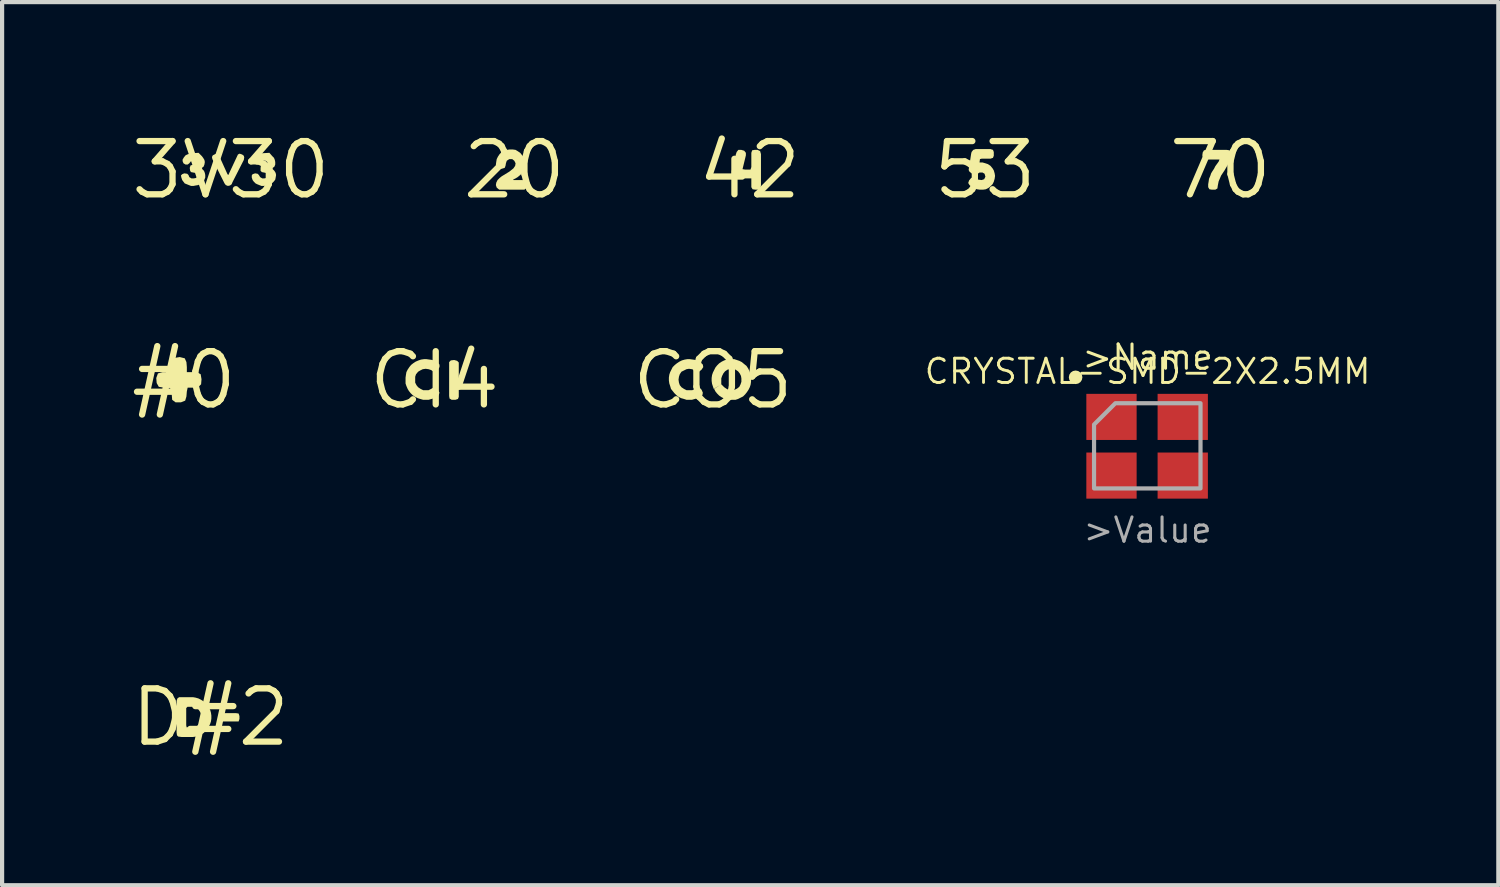
<source format=kicad_pcb>
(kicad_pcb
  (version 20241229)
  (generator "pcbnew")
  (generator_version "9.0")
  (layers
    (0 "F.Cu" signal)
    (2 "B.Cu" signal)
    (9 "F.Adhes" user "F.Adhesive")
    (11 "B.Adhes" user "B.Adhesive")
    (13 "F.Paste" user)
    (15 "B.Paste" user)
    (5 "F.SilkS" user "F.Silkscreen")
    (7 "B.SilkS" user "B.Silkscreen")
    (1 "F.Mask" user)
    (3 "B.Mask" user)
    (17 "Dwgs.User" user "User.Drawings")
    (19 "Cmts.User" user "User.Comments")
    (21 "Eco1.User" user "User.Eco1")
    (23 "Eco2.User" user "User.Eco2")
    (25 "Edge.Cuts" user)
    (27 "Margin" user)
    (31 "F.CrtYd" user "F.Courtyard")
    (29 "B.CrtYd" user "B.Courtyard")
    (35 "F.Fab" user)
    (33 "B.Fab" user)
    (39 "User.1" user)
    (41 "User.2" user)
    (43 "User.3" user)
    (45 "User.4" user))
  (footprint "3V30"
    (layer "F.Cu")
    (at 2.457 1.006)
    (property "Reference" "3V30" (at 0 0 0) (layer "F.SilkS") (effects (font (size 1.27 1.27) (thickness 0.15))))
    (attr through_hole)
    (fp_poly (pts (xy 0.27 -0.37) (xy 0.21 -0.39) (xy 0.17 -0.37) (xy -0.06 0.12) (xy -0.08 0.1) (xy -0.27 -0.32) (xy -0.29 -0.35) (xy -0.32 -0.39) (xy -0.37 -0.38) (xy -0.43 -0.35) (xy -0.45 -0.31) (xy -0.44 -0.26) (xy -0.15 0.32) (xy -0.12 0.36) (xy -0.07 0.38) (xy -0.02 0.37) (xy 0.02 0.34) (xy 0.04 0.29) (xy 0.31 -0.24) (xy 0.32 -0.3) (xy 0.31 -0.34)) (stroke (width 0) (type solid)) (fill yes) (layer "F.SilkS"))
    (fp_poly (pts (xy -0.77 -0.41) (xy -0.93 -0.4) (xy -0.98 -0.39) (xy -1.04 -0.37) (xy -1.08 -0.35) (xy -1.12 -0.3) (xy -1.15 -0.25) (xy -1.15 -0.21) (xy -1.13 -0.16) (xy -1.08 -0.13) (xy -1.03 -0.13) (xy -0.99 -0.16) (xy -0.96 -0.2) (xy -0.91 -0.23) (xy -0.85 -0.22) (xy -0.81 -0.19) (xy -0.81 -0.15) (xy -0.86 -0.13) (xy -0.92 -0.12) (xy -0.96 -0.11) (xy -0.98 -0.05) (xy -0.97 0.02) (xy -0.95 0.05) (xy -0.9 0.06) (xy -0.84 0.07) (xy -0.8 0.1) (xy -0.79 0.15) (xy -0.83 0.19) (xy -0.88 0.2) (xy -0.94 0.2) (xy -0.99 0.17) (xy -1.01 0.12) (xy -1.04 0.09) (xy -1.11 0.08) (xy -1.16 0.1) (xy -1.19 0.13) (xy -1.18 0.18) (xy -1.16 0.24) (xy -1.13 0.28) (xy -1.1 0.32) (xy -1.05 0.34) (xy -1 0.36) (xy -0.95 0.38) (xy -0.89 0.38) (xy -0.84 0.37) (xy -0.78 0.36) (xy -0.74 0.34) (xy -0.69 0.31) (xy -0.65 0.27) (xy -0.63 0.23) (xy -0.61 0.18) (xy -0.61 0.12) (xy -0.62 0.07) (xy -0.64 0.02) (xy -0.68 -0.02) (xy -0.69 -0.05) (xy -0.65 -0.08) (xy -0.63 -0.13) (xy -0.62 -0.19) (xy -0.63 -0.24) (xy -0.66 -0.29) (xy -0.69 -0.33)) (stroke (width 0) (type solid)) (fill yes) (layer "F.SilkS"))
    (fp_poly (pts (xy 0.92 -0.41) (xy 0.75 -0.4) (xy 0.7 -0.39) (xy 0.65 -0.37) (xy 0.61 -0.35) (xy 0.57 -0.3) (xy 0.54 -0.25) (xy 0.53 -0.21) (xy 0.55 -0.16) (xy 0.61 -0.13) (xy 0.65 -0.13) (xy 0.69 -0.16) (xy 0.72 -0.2) (xy 0.77 -0.23) (xy 0.83 -0.22) (xy 0.87 -0.19) (xy 0.87 -0.15) (xy 0.83 -0.13) (xy 0.76 -0.12) (xy 0.72 -0.11) (xy 0.71 -0.05) (xy 0.71 0.02) (xy 0.74 0.05) (xy 0.79 0.06) (xy 0.84 0.07) (xy 0.89 0.1) (xy 0.89 0.15) (xy 0.85 0.19) (xy 0.8 0.2) (xy 0.75 0.2) (xy 0.7 0.17) (xy 0.67 0.12) (xy 0.64 0.09) (xy 0.58 0.08) (xy 0.52 0.1) (xy 0.5 0.13) (xy 0.5 0.18) (xy 0.52 0.24) (xy 0.55 0.28) (xy 0.59 0.32) (xy 0.63 0.34) (xy 0.68 0.36) (xy 0.73 0.38) (xy 0.79 0.38) (xy 0.85 0.37) (xy 0.9 0.36) (xy 0.95 0.34) (xy 0.99 0.31) (xy 1.03 0.27) (xy 1.06 0.23) (xy 1.07 0.18) (xy 1.08 0.12) (xy 1.07 0.07) (xy 1.04 0.02) (xy 1 -0.02) (xy 1 -0.05) (xy 1.04 -0.08) (xy 1.06 -0.13) (xy 1.06 -0.19) (xy 1.05 -0.24) (xy 1.03 -0.29) (xy 0.99 -0.33)) (stroke (width 0) (type solid)) (fill yes) (layer "F.SilkS")))
  (footprint "D#2"
    (layer "F.Cu")
    (at 1.973 14.064)
    (property "Reference" "D#2" (at 0 0 0) (layer "F.SilkS") (effects (font (size 1.27 1.27) (thickness 0.15))))
    (attr through_hole)
    (fp_poly (pts (xy 0.6 0.1) (xy 0.67 0.1) (xy 0.69 0.04) (xy 0.69 -0.03) (xy 0.67 -0.09) (xy 0.6 -0.1) (xy 0.33 -0.1) (xy 0.26 -0.1) (xy 0.21 -0.07) (xy 0.2 0) (xy 0.21 0.07) (xy 0.26 0.1) (xy 0.33 0.1)) (stroke (width 0) (type solid)) (fill yes) (layer "F.SilkS"))
    (fp_poly (pts (xy -0.75 -0.48) (xy -0.79 -0.45) (xy -0.81 -0.39) (xy -0.81 0.36) (xy -0.8 0.43) (xy -0.77 0.46) (xy -0.69 0.47) (xy -0.49 0.47) (xy -0.42 0.47) (xy -0.35 0.46) (xy -0.29 0.44) (xy -0.36 0.24) (xy -0.57 0.24) (xy -0.58 0.19) (xy -0.58 -0.22) (xy -0.55 -0.25) (xy -0.48 -0.25) (xy -0.41 -0.25) (xy -0.35 -0.22) (xy -0.29 -0.19) (xy -0.25 -0.13) (xy -0.22 -0.07) (xy -0.21 0) (xy -0.22 0.06) (xy -0.25 0.12) (xy -0.29 0.18) (xy -0.34 0.22) (xy -0.36 0.24) (xy -0.28 0.44) (xy -0.23 0.41) (xy -0.17 0.38) (xy -0.12 0.33) (xy -0.07 0.28) (xy -0.04 0.22) (xy -0.01 0.16) (xy 0.01 0.1) (xy 0.02 0.03) (xy 0.02 -0.04) (xy 0.01 -0.11) (xy -0.01 -0.18) (xy -0.04 -0.23) (xy -0.08 -0.29) (xy -0.12 -0.34) (xy -0.18 -0.39) (xy -0.23 -0.42) (xy -0.29 -0.45) (xy -0.36 -0.47) (xy -0.42 -0.48) (xy -0.69 -0.48)) (stroke (width 0) (type solid)) (fill yes) (layer "F.SilkS")))
  (footprint "CRYSTAL-SMD-2X2.5MM"
    (layer "F.Cu")
    (at 24.323 7.587)
    (property "Reference" "CRYSTAL-SMD-2X2.5MM" (at 0.008 -1.776 180) (layer "F.SilkS") (effects (font (size 0.579 0.579) (thickness 0.069))))
    (attr through_hole)
    (fp_circle (center -1.71 -1.635) (end -1.629 -1.635) (stroke (width 0.162) (type solid)) (fill no) (layer "F.SilkS"))
    (fp_poly (pts (xy -1.27 1.016) (xy 1.27 1.016) (xy 1.27 -1.016) (xy -0.762 -1.016) (xy -1.27 -0.508)) (stroke (width 0.1) (type solid)) (fill no) (layer "F.Fab"))
    (fp_text user ">Name" (at 0.008 -1.776 0) (layer "F.SilkS") (effects (font (size 0.579 0.579) (thickness 0.073)) (justify bottom)))
    (fp_text user ">Value" (at 0.008 1.672 0) (layer "F.Fab") (effects (font (size 0.579 0.579) (thickness 0.073)) (justify top)))
    (pad "P1" smd rect (at 0.846 -0.69) (size 1.2 1.1) (layers "F.Cu" "F.Mask" "F.Paste"))
    (pad "P2" smd rect (at -0.854 -0.69) (size 1.2 1.1) (layers "F.Cu" "F.Mask" "F.Paste"))
    (pad "P3" smd rect (at -0.854 0.71) (size 1.2 1.1) (layers "F.Cu" "F.Mask" "F.Paste"))
    (pad "P4" smd rect (at 0.846 0.71) (size 1.2 1.1) (layers "F.Cu" "F.Mask" "F.Paste")))
  (footprint "CO5"
    (layer "F.Cu")
    (at 13.959 6.019)
    (property "Reference" "CO5" (at 0 0 0) (layer "F.SilkS") (effects (font (size 1.27 1.27) (thickness 0.15))))
    (attr through_hole)
    (fp_poly (pts (xy -0.43 0.21) (xy -0.49 0.24) (xy -0.56 0.24) (xy -0.63 0.24) (xy -0.69 0.21) (xy -0.75 0.17) (xy -0.79 0.12) (xy -0.81 0.06) (xy -0.82 -0.01) (xy -0.81 -0.08) (xy -0.79 -0.14) (xy -0.75 -0.2) (xy -0.69 -0.23) (xy -0.63 -0.26) (xy -0.57 -0.27) (xy -0.5 -0.26) (xy -0.44 -0.24) (xy -0.37 -0.2) (xy -0.33 -0.2) (xy -0.27 -0.25) (xy -0.23 -0.31) (xy -0.24 -0.37) (xy -0.29 -0.42) (xy -0.35 -0.45) (xy -0.41 -0.48) (xy -0.48 -0.49) (xy -0.55 -0.5) (xy -0.61 -0.5) (xy -0.67 -0.49) (xy -0.74 -0.47) (xy -0.8 -0.44) (xy -0.86 -0.4) (xy -0.91 -0.36) (xy -0.96 -0.31) (xy -0.99 -0.25) (xy -1.02 -0.19) (xy -1.04 -0.13) (xy -1.05 -0.06) (xy -1.05 0.01) (xy -1.04 0.08) (xy -1.02 0.14) (xy -1 0.21) (xy -0.96 0.26) (xy -0.92 0.31) (xy -0.87 0.36) (xy -0.82 0.4) (xy -0.76 0.43) (xy -0.69 0.45) (xy -0.63 0.47) (xy -0.56 0.47) (xy -0.5 0.47) (xy -0.43 0.45) (xy -0.36 0.43) (xy -0.31 0.4) (xy -0.25 0.36) (xy -0.24 0.3) (xy -0.27 0.23) (xy -0.32 0.18) (xy -0.37 0.17)) (stroke (width 0) (type solid)) (fill yes) (layer "F.SilkS"))
    (fp_poly (pts (xy 0.4 -0.5) (xy 0.33 -0.49) (xy 0.27 -0.47) (xy 0.21 -0.44) (xy 0.15 -0.4) (xy 0.1 -0.35) (xy 0.06 -0.3) (xy 0.03 -0.24) (xy 0 -0.18) (xy -0.02 -0.12) (xy -0.03 -0.05) (xy -0.03 0.02) (xy -0.02 0.09) (xy 0 0.15) (xy 0.02 0.21) (xy 0.2 0.1) (xy 0.2 -0.04) (xy 0.22 -0.1) (xy 0.25 -0.16) (xy 0.29 -0.21) (xy 0.35 -0.25) (xy 0.41 -0.27) (xy 0.48 -0.27) (xy 0.54 -0.25) (xy 0.6 -0.21) (xy 0.64 -0.16) (xy 0.67 -0.1) (xy 0.68 -0.04) (xy 0.68 0.04) (xy 0.66 0.1) (xy 0.63 0.16) (xy 0.58 0.2) (xy 0.52 0.23) (xy 0.45 0.24) (xy 0.39 0.24) (xy 0.33 0.21) (xy 0.27 0.17) (xy 0.22 0.12) (xy 0.2 0.1) (xy 0.03 0.21) (xy 0.06 0.27) (xy 0.1 0.32) (xy 0.15 0.37) (xy 0.21 0.41) (xy 0.27 0.44) (xy 0.33 0.46) (xy 0.4 0.47) (xy 0.47 0.47) (xy 0.54 0.47) (xy 0.6 0.45) (xy 0.66 0.42) (xy 0.72 0.39) (xy 0.77 0.34) (xy 0.81 0.29) (xy 0.85 0.23) (xy 0.88 0.17) (xy 0.9 0.11) (xy 0.91 0.04) (xy 0.91 -0.03) (xy 0.91 -0.1) (xy 0.89 -0.16) (xy 0.87 -0.22) (xy 0.84 -0.28) (xy 0.8 -0.34) (xy 0.75 -0.38) (xy 0.69 -0.43) (xy 0.63 -0.46) (xy 0.57 -0.48) (xy 0.51 -0.5) (xy 0.44 -0.5)) (stroke (width 0) (type solid)) (fill yes) (layer "F.SilkS")))
  (footprint "70"
    (layer "F.Cu")
    (at 26.066 1.006)
    (property "Reference" "70" (at 0 0 0) (layer "F.SilkS") (effects (font (size 1.27 1.27) (thickness 0.15))))
    (attr through_hole)
    (fp_poly (pts (xy 0.15 -0.48) (xy -0.32 -0.48) (xy -0.39 -0.47) (xy -0.42 -0.42) (xy -0.43 -0.35) (xy -0.41 -0.28) (xy -0.36 -0.25) (xy -0.29 -0.25) (xy -0.02 -0.25) (xy -0.04 -0.2) (xy -0.12 -0.09) (xy -0.15 -0.03) (xy -0.19 0.03) (xy -0.22 0.08) (xy -0.24 0.14) (xy -0.27 0.21) (xy -0.28 0.28) (xy -0.29 0.34) (xy -0.29 0.41) (xy -0.26 0.46) (xy -0.2 0.47) (xy -0.12 0.47) (xy -0.07 0.44) (xy -0.06 0.37) (xy -0.05 0.32) (xy -0.04 0.27) (xy -0.01 0.2) (xy 0.02 0.13) (xy 0.1 0.01) (xy 0.17 -0.11) (xy 0.2 -0.17) (xy 0.23 -0.23) (xy 0.26 -0.3) (xy 0.26 -0.36) (xy 0.26 -0.42) (xy 0.22 -0.47)) (stroke (width 0) (type solid)) (fill yes) (layer "F.SilkS")))
  (footprint "53"
    (layer "F.Cu")
    (at 20.451 1.006)
    (property "Reference" "53" (at 0 0 0) (layer "F.SilkS") (effects (font (size 1.27 1.27) (thickness 0.15))))
    (attr through_hole)
    (fp_poly (pts (xy -0.22 -0.5) (xy -0.28 -0.48) (xy -0.32 -0.43) (xy -0.33 -0.39) (xy -0.39 0) (xy -0.37 0.04) (xy -0.32 0.08) (xy -0.25 0.11) (xy -0.19 0.1) (xy -0.13 0.06) (xy -0.06 0.06) (xy -0.01 0.09) (xy 0.01 0.16) (xy -0.02 0.22) (xy -0.08 0.24) (xy -0.16 0.23) (xy -0.21 0.19) (xy -0.27 0.17) (xy -0.33 0.19) (xy -0.38 0.25) (xy -0.4 0.31) (xy -0.37 0.36) (xy -0.31 0.41) (xy -0.25 0.44) (xy -0.19 0.46) (xy -0.12 0.47) (xy -0.05 0.47) (xy 0.02 0.46) (xy 0.08 0.43) (xy 0.13 0.39) (xy 0.18 0.34) (xy 0.21 0.28) (xy 0.23 0.21) (xy 0.24 0.14) (xy 0.23 0.08) (xy 0.21 0.01) (xy 0.18 -0.04) (xy 0.13 -0.1) (xy 0.07 -0.14) (xy 0.01 -0.16) (xy -0.06 -0.18) (xy -0.13 -0.18) (xy -0.12 -0.26) (xy -0.08 -0.27) (xy 0.13 -0.27) (xy 0.19 -0.29) (xy 0.21 -0.34) (xy 0.21 -0.43) (xy 0.19 -0.48) (xy 0.13 -0.5)) (stroke (width 0) (type solid)) (fill yes) (layer "F.SilkS")))
  (footprint "#0"
    (layer "F.Cu")
    (at 1.338 6.019)
    (property "Reference" "#0" (at 0 0 0) (layer "F.SilkS") (effects (font (size 1.27 1.27) (thickness 0.15))))
    (attr through_hole)
    (fp_poly (pts (xy 0.07 -0.19) (xy 0.07 -0.31) (xy 0.06 -0.43) (xy 0.02 -0.52) (xy -0.1 -0.55) (xy -0.22 -0.53) (xy -0.28 -0.45) (xy -0.29 -0.33) (xy -0.29 -0.21) (xy -0.39 -0.19) (xy -0.51 -0.19) (xy -0.62 -0.16) (xy -0.66 -0.05) (xy -0.65 0.07) (xy -0.6 0.16) (xy -0.48 0.18) (xy -0.36 0.18) (xy -0.29 0.23) (xy -0.29 0.35) (xy -0.28 0.47) (xy -0.2 0.53) (xy -0.07 0.53) (xy 0.03 0.49) (xy 0.06 0.39) (xy 0.07 0.27) (xy 0.09 0.18) (xy 0.21 0.18) (xy 0.34 0.17) (xy 0.41 0.1) (xy 0.42 -0.02) (xy 0.4 -0.14) (xy 0.31 -0.19) (xy 0.18 -0.19)) (stroke (width 0) (type solid)) (fill yes) (layer "F.SilkS")))
  (footprint "42"
    (layer "F.Cu")
    (at 14.836 1.006)
    (property "Reference" "42" (at 0 0 0) (layer "F.SilkS") (effects (font (size 1.27 1.27) (thickness 0.15))))
    (attr through_hole)
    (fp_poly (pts (xy 0.06 -0.47) (xy 0.04 -0.41) (xy 0.04 -0.07) (xy 0.02 -0.01) (xy -0.11 -0.01) (xy -0.17 -0.02) (xy -0.09 -0.35) (xy -0.09 -0.41) (xy -0.13 -0.46) (xy -0.2 -0.48) (xy -0.27 -0.48) (xy -0.31 -0.43) (xy -0.33 -0.37) (xy -0.43 0.03) (xy -0.43 0.09) (xy -0.42 0.16) (xy -0.37 0.19) (xy -0.29 0.2) (xy -0.02 0.2) (xy 0.04 0.2) (xy 0.04 0.34) (xy 0.04 0.41) (xy 0.07 0.46) (xy 0.14 0.47) (xy 0.21 0.47) (xy 0.26 0.43) (xy 0.27 0.36) (xy 0.27 -0.38) (xy 0.25 -0.45) (xy 0.19 -0.48) (xy 0.12 -0.48)) (stroke (width 0) (type solid)) (fill yes) (layer "F.SilkS")))
  (footprint "20"
    (layer "F.Cu")
    (at 9.221 1.006)
    (property "Reference" "20" (at 0 0 0) (layer "F.SilkS") (effects (font (size 1.27 1.27) (thickness 0.15))))
    (attr through_hole)
    (fp_poly (pts (xy 0.19 0.24) (xy -0.02 0.24) (xy -0.03 0.23) (xy 0.03 0.2) (xy 0.08 0.17) (xy 0.14 0.12) (xy 0.19 0.07) (xy 0.22 0.02) (xy 0.25 -0.05) (xy 0.26 -0.11) (xy 0.26 -0.18) (xy 0.24 -0.25) (xy 0.22 -0.31) (xy 0.18 -0.36) (xy 0.14 -0.41) (xy 0.08 -0.45) (xy 0.03 -0.48) (xy -0.04 -0.49) (xy -0.11 -0.49) (xy -0.18 -0.48) (xy -0.25 -0.46) (xy -0.3 -0.43) (xy -0.35 -0.38) (xy -0.39 -0.32) (xy -0.42 -0.26) (xy -0.43 -0.2) (xy -0.44 -0.13) (xy -0.43 -0.07) (xy -0.38 -0.03) (xy -0.3 -0.03) (xy -0.23 -0.05) (xy -0.21 -0.1) (xy -0.2 -0.16) (xy -0.18 -0.22) (xy -0.12 -0.26) (xy -0.05 -0.26) (xy 0 -0.22) (xy 0.03 -0.16) (xy 0.02 -0.1) (xy -0.02 -0.04) (xy -0.07 0) (xy -0.12 0.04) (xy -0.3 0.15) (xy -0.35 0.19) (xy -0.4 0.24) (xy -0.43 0.3) (xy -0.44 0.36) (xy -0.42 0.42) (xy -0.36 0.47) (xy -0.3 0.47) (xy 0.17 0.47) (xy 0.24 0.47) (xy 0.29 0.43) (xy 0.3 0.37) (xy 0.3 0.3) (xy 0.26 0.25)) (stroke (width 0) (type solid)) (fill yes) (layer "F.SilkS")))
  (footprint "CI4"
    (layer "F.Cu")
    (at 7.316 6.019)
    (property "Reference" "CI4" (at 0 0 0) (layer "F.SilkS") (effects (font (size 1.27 1.27) (thickness 0.15))))
    (attr through_hole)
    (fp_poly (pts (xy 0.35 -0.37) (xy 0.35 0.38) (xy 0.36 0.44) (xy 0.41 0.47) (xy 0.5 0.47) (xy 0.56 0.45) (xy 0.58 0.4) (xy 0.58 0.32) (xy 0.58 -0.35) (xy 0.58 -0.42) (xy 0.54 -0.46) (xy 0.47 -0.48) (xy 0.39 -0.47) (xy 0.35 -0.43)) (stroke (width 0) (type solid)) (fill yes) (layer "F.SilkS"))
    (fp_poly (pts (xy -0.08 0.21) (xy -0.14 0.24) (xy -0.21 0.24) (xy -0.27 0.24) (xy -0.33 0.21) (xy -0.39 0.17) (xy -0.43 0.12) (xy -0.46 0.06) (xy -0.46 -0.01) (xy -0.46 -0.08) (xy -0.44 -0.14) (xy -0.39 -0.2) (xy -0.34 -0.23) (xy -0.28 -0.26) (xy -0.21 -0.27) (xy -0.14 -0.26) (xy -0.08 -0.24) (xy -0.02 -0.2) (xy 0.03 -0.2) (xy 0.08 -0.25) (xy 0.12 -0.31) (xy 0.12 -0.37) (xy 0.07 -0.42) (xy 0.01 -0.45) (xy -0.05 -0.48) (xy -0.12 -0.49) (xy -0.19 -0.5) (xy -0.25 -0.5) (xy -0.32 -0.49) (xy -0.38 -0.47) (xy -0.45 -0.44) (xy -0.51 -0.4) (xy -0.56 -0.36) (xy -0.6 -0.31) (xy -0.64 -0.25) (xy -0.67 -0.19) (xy -0.68 -0.13) (xy -0.69 -0.06) (xy -0.69 0.01) (xy -0.69 0.08) (xy -0.67 0.14) (xy -0.64 0.21) (xy -0.61 0.26) (xy -0.57 0.31) (xy -0.52 0.36) (xy -0.46 0.4) (xy -0.4 0.43) (xy -0.34 0.45) (xy -0.27 0.47) (xy -0.21 0.47) (xy -0.14 0.47) (xy -0.07 0.45) (xy 0 0.43) (xy 0.05 0.4) (xy 0.1 0.36) (xy 0.12 0.3) (xy 0.08 0.23) (xy 0.03 0.18) (xy -0.01 0.17)) (stroke (width 0) (type solid)) (fill yes) (layer "F.SilkS")))
  (gr_rect
    (start -3 -3)
    (end 32.699 18.07)
    (stroke (width 0.1) (type default))
    (fill no)
    (layer "Edge.Cuts")))
</source>
